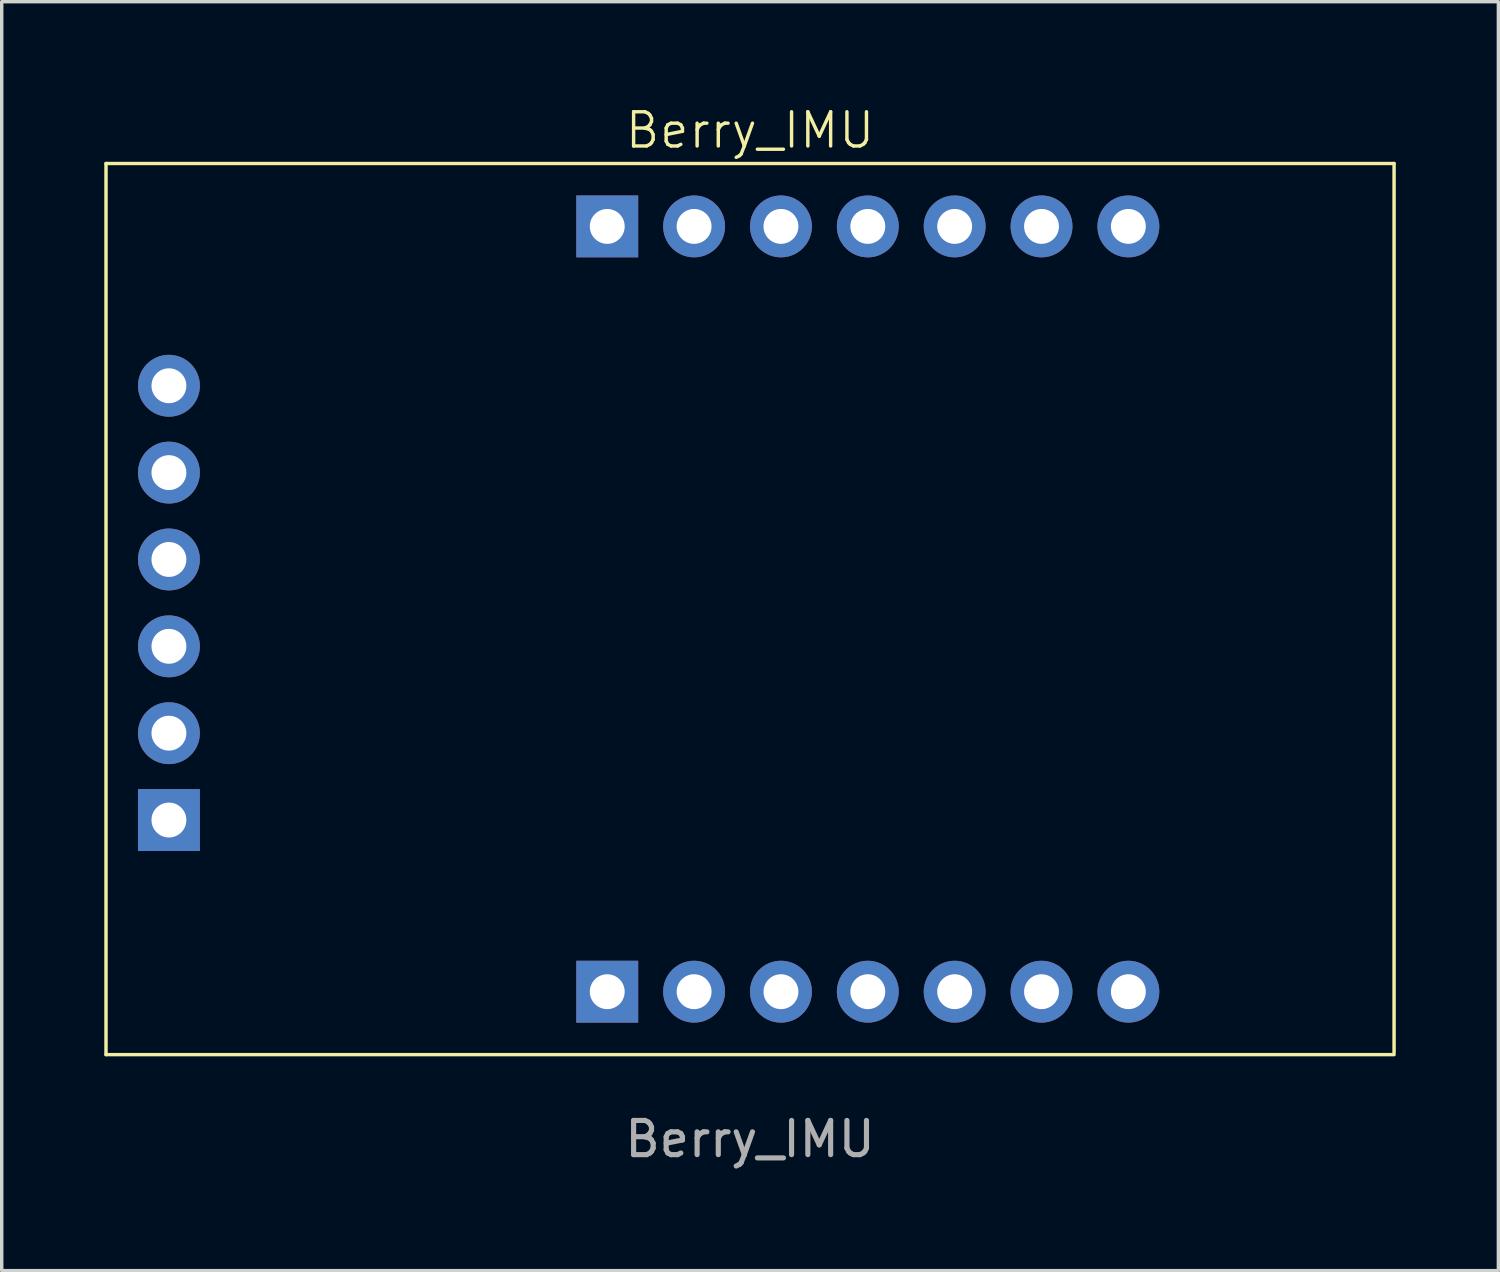
<source format=kicad_pcb>
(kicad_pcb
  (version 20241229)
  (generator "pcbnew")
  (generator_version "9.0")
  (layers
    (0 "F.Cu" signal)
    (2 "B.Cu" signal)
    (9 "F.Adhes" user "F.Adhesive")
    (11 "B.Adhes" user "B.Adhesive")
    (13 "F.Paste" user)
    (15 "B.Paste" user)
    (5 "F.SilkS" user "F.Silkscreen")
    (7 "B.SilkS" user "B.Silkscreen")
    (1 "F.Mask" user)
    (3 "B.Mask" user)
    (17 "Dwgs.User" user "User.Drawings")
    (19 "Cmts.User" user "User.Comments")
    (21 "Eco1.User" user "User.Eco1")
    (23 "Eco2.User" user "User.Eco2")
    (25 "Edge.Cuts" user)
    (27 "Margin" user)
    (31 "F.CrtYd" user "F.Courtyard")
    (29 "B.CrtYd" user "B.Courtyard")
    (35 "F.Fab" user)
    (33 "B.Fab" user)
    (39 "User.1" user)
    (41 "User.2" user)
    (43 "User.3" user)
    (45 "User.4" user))
  (footprint "Berry_IMU"
    (layer "F.Cu")
    (at 18.884 14.761)
    (property "Reference" "Berry_IMU" (at 0 -14 0) (unlocked yes) (layer "F.SilkS") (effects (font (size 1 1) (thickness 0.1))))
    (attr through_hole)
    (fp_line (start -18.834 -13.03) (end -18.834 13.03) (stroke (width 0.1) (type default)) (layer "F.SilkS"))
    (fp_line (start -18.834 -13.03) (end 18.834 -13.03) (stroke (width 0.1) (type default)) (layer "F.SilkS"))
    (fp_line (start -18.834 13.03) (end 18.834 13.03) (stroke (width 0.1) (type default)) (layer "F.SilkS"))
    (fp_line (start 18.834 -13.03) (end 18.834 12.97) (stroke (width 0.1) (type default)) (layer "F.SilkS"))
    (fp_text user "${REFERENCE}" (at 0 15.5 0) (unlocked yes) (layer "F.Fab") (effects (font (size 1 1) (thickness 0.15))))
    (pad "1" thru_hole circle (at 11.064 -11.19) (size 1.81 1.81) (drill 1.02) (layers "*.Cu" "*.Mask"))
    (pad "2" thru_hole circle (at 8.524 -11.19) (size 1.81 1.81) (drill 1.02) (layers "*.Cu" "*.Mask"))
    (pad "3" thru_hole circle (at 5.984 -11.19) (size 1.81 1.81) (drill 1.02) (layers "*.Cu" "*.Mask"))
    (pad "4" thru_hole circle (at 3.444 -11.19) (size 1.81 1.81) (drill 1.02) (layers "*.Cu" "*.Mask"))
    (pad "5" thru_hole circle (at 0.904 -11.19) (size 1.81 1.81) (drill 1.02) (layers "*.Cu" "*.Mask"))
    (pad "6" thru_hole circle (at -1.636 -11.19) (size 1.81 1.81) (drill 1.02) (layers "*.Cu" "*.Mask"))
    (pad "7" thru_hole rect (at -4.176 -11.19) (size 1.81 1.81) (drill 1.02) (layers "*.Cu" "*.Mask"))
    (pad "8" thru_hole circle (at -16.994 -6.53) (size 1.81 1.81) (drill 1.02) (layers "*.Cu" "*.Mask"))
    (pad "9" thru_hole circle (at -16.994 -3.99) (size 1.81 1.81) (drill 1.02) (layers "*.Cu" "*.Mask"))
    (pad "10" thru_hole circle (at -16.994 -1.45) (size 1.81 1.81) (drill 1.02) (layers "*.Cu" "*.Mask"))
    (pad "11" thru_hole circle (at -16.994 1.09) (size 1.81 1.81) (drill 1.02) (layers "*.Cu" "*.Mask"))
    (pad "12" thru_hole circle (at -16.994 3.63) (size 1.81 1.81) (drill 1.02) (layers "*.Cu" "*.Mask"))
    (pad "13" thru_hole rect (at -16.994 6.17) (size 1.81 1.81) (drill 1.02) (layers "*.Cu" "*.Mask"))
    (pad "14" thru_hole rect (at -4.176 11.19) (size 1.81 1.81) (drill 1.02) (layers "*.Cu" "*.Mask"))
    (pad "15" thru_hole circle (at -1.636 11.19) (size 1.81 1.81) (drill 1.02) (layers "*.Cu" "*.Mask"))
    (pad "16" thru_hole circle (at 0.904 11.19) (size 1.81 1.81) (drill 1.02) (layers "*.Cu" "*.Mask"))
    (pad "17" thru_hole circle (at 3.444 11.19) (size 1.81 1.81) (drill 1.02) (layers "*.Cu" "*.Mask"))
    (pad "18" thru_hole circle (at 5.984 11.19) (size 1.81 1.81) (drill 1.02) (layers "*.Cu" "*.Mask"))
    (pad "19" thru_hole circle (at 8.524 11.19) (size 1.81 1.81) (drill 1.02) (layers "*.Cu" "*.Mask"))
    (pad "20" thru_hole circle (at 11.064 11.19) (size 1.81 1.81) (drill 1.02) (layers "*.Cu" "*.Mask")))
  (gr_rect
    (start -3 -3)
    (end 40.768 34.109)
    (stroke (width 0.1) (type default))
    (fill no)
    (layer "Edge.Cuts")))
</source>
